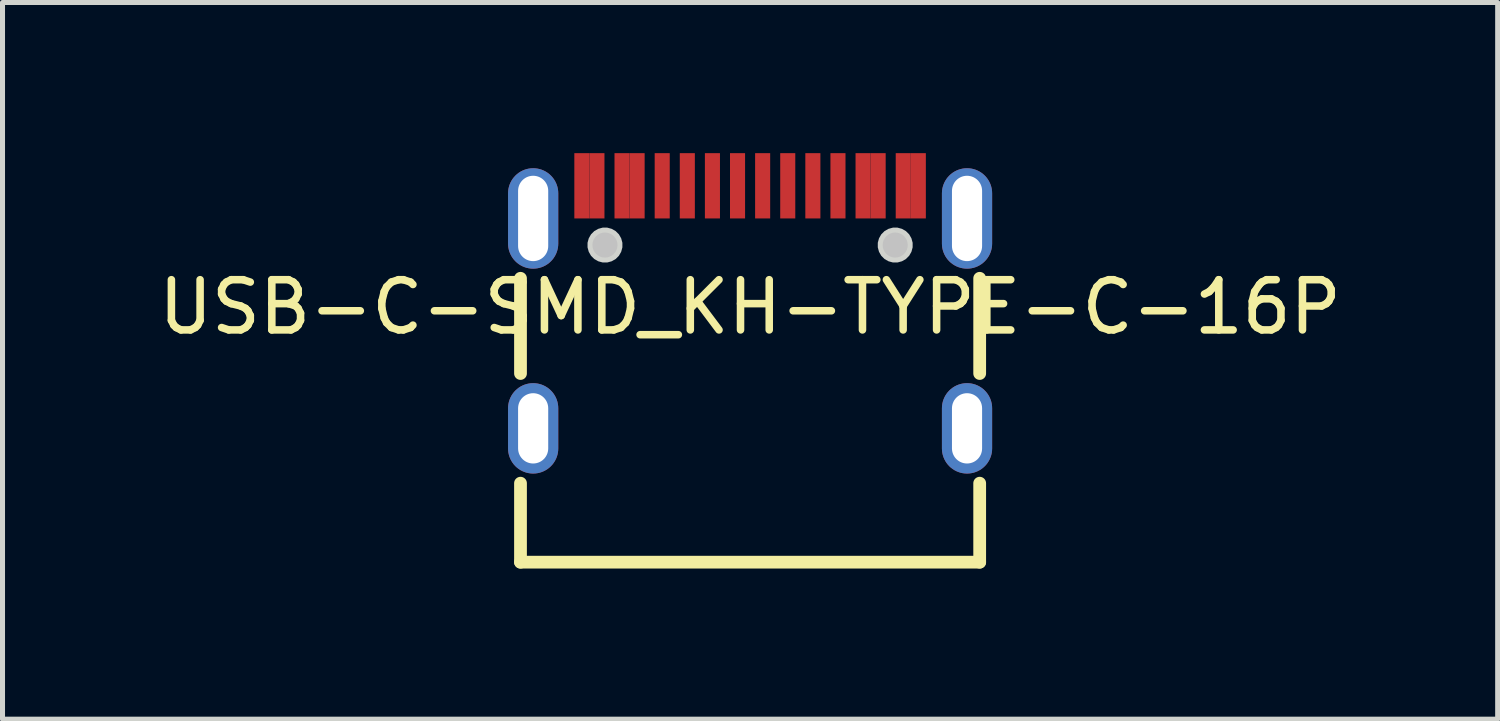
<source format=kicad_pcb>
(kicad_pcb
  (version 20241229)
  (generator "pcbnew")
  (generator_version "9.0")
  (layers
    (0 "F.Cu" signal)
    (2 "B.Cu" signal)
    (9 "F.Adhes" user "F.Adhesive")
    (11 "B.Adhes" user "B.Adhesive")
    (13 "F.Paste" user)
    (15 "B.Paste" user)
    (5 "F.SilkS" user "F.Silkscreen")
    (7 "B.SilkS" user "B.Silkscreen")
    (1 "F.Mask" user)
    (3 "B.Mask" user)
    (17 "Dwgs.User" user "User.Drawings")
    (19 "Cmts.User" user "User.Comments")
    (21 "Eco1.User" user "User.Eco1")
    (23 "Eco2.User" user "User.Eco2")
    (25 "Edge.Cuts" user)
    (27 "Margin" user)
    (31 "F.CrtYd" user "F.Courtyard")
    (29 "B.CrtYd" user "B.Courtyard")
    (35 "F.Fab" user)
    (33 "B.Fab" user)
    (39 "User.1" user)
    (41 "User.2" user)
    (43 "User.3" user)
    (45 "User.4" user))
  (footprint "USB-C-SMD_KH-TYPE-C-16P"
    (layer "F.Cu")
    (at 11.887 3.065)
    (property "Reference" "USB-C-SMD_KH-TYPE-C-16P" (at 0 0 0) (layer "F.SilkS") (effects (font (size 1 1) (thickness 0.15))))
    (fp_line (start -4.572 -0.573) (end -4.572 1.323) (stroke (width 0.254) (type default)) (layer "F.SilkS"))
    (fp_line (start -4.572 3.507) (end -4.572 5.08) (stroke (width 0.254) (type default)) (layer "F.SilkS"))
    (fp_line (start -4.572 5.08) (end 4.572 5.08) (stroke (width 0.254) (type default)) (layer "F.SilkS"))
    (fp_line (start 4.572 1.323) (end 4.572 -0.573) (stroke (width 0.254) (type default)) (layer "F.SilkS"))
    (fp_line (start 4.572 5.08) (end 4.572 3.507) (stroke (width 0.254) (type default)) (layer "F.SilkS"))
    (fp_poly (pts (xy -1.6 -1.765) (xy -1.6 -3.065) (xy -1.9 -3.065) (xy -1.9 -1.765)) (stroke (width 0) (type default)) (fill yes) (layer "F.Paste"))
    (fp_poly (pts (xy -1.4 -3.065) (xy -1.4 -1.765) (xy -1.1 -1.765) (xy -1.1 -3.065)) (stroke (width 0) (type default)) (fill yes) (layer "F.Paste"))
    (fp_poly (pts (xy -0.6 -1.765) (xy -0.6 -3.065) (xy -0.9 -3.065) (xy -0.9 -1.765)) (stroke (width 0) (type default)) (fill yes) (layer "F.Paste"))
    (fp_poly (pts (xy -0.4 -3.065) (xy -0.4 -1.765) (xy -0.1 -1.765) (xy -0.1 -3.065)) (stroke (width 0) (type default)) (fill yes) (layer "F.Paste"))
    (fp_poly (pts (xy 0.4 -1.765) (xy 0.4 -3.065) (xy 0.1 -3.065) (xy 0.1 -1.765)) (stroke (width 0) (type default)) (fill yes) (layer "F.Paste"))
    (fp_poly (pts (xy 0.6 -3.065) (xy 0.6 -1.765) (xy 0.9 -1.765) (xy 0.9 -3.065)) (stroke (width 0) (type default)) (fill yes) (layer "F.Paste"))
    (fp_poly (pts (xy 1.399 -1.765) (xy 1.399 -3.065) (xy 1.099 -3.065) (xy 1.099 -1.765)) (stroke (width 0) (type default)) (fill yes) (layer "F.Paste"))
    (fp_poly (pts (xy 1.9 -1.765) (xy 1.9 -3.065) (xy 1.6 -3.065) (xy 1.6 -1.765)) (stroke (width 0) (type default)) (fill yes) (layer "F.Paste"))
    (fp_poly (pts (xy -3.5 -3.065) (xy -3.5 -1.765) (xy -3.2 -1.765) (xy -2.9 -1.765) (xy -2.9 -3.065) (xy -3.2 -3.065)) (stroke (width 0) (type default)) (fill yes) (layer "F.Paste"))
    (fp_poly (pts (xy -2.1 -1.765) (xy -2.1 -3.065) (xy -2.4 -3.065) (xy -2.7 -3.065) (xy -2.7 -1.765) (xy -2.4 -1.765)) (stroke (width 0) (type default)) (fill yes) (layer "F.Paste"))
    (fp_poly (pts (xy 2.7 -1.765) (xy 2.7 -3.065) (xy 2.4 -3.065) (xy 2.1 -3.065) (xy 2.1 -1.765) (xy 2.4 -1.765)) (stroke (width 0) (type default)) (fill yes) (layer "F.Paste"))
    (fp_poly (pts (xy 3.5 -1.765) (xy 3.5 -3.065) (xy 3.2 -3.065) (xy 2.9 -3.065) (xy 2.9 -1.765) (xy 3.2 -1.765)) (stroke (width 0) (type default)) (fill yes) (layer "F.Paste"))
    (fp_poly (pts (xy -4.282 -2.764) (xy -4.308 -2.765) (xy -4.332 -2.765) (xy -4.357 -2.764) (xy -4.382 -2.761) (xy -4.407 -2.757) (xy -4.431 -2.752) (xy -4.455 -2.747) (xy -4.479 -2.739) (xy -4.503 -2.731) (xy -4.526 -2.721) (xy -4.548 -2.71) (xy -4.57 -2.698) (xy -4.591 -2.685) (xy -4.612 -2.671) (xy -4.632 -2.656) (xy -4.651 -2.64) (xy -4.669 -2.623) (xy -4.686 -2.605) (xy -4.703 -2.587) (xy -4.718 -2.567) (xy -4.733 -2.546) (xy -4.747 -2.526) (xy -4.759 -2.504) (xy -4.771 -2.482) (xy -4.781 -2.459) (xy -4.79 -2.436) (xy -4.798 -2.413) (xy -4.804 -2.389) (xy -4.81 -2.364) (xy -4.814 -2.34) (xy -4.817 -2.315) (xy -4.819 -2.29) (xy -4.82 -2.265) (xy -4.82 -1.265) (xy -4.819 -1.24) (xy -4.817 -1.215) (xy -4.814 -1.19) (xy -4.81 -1.166) (xy -4.804 -1.141) (xy -4.798 -1.117) (xy -4.79 -1.094) (xy -4.781 -1.071) (xy -4.771 -1.048) (xy -4.759 -1.026) (xy -4.747 -1.004) (xy -4.733 -0.984) (xy -4.718 -0.963) (xy -4.703 -0.944) (xy -4.686 -0.925) (xy -4.669 -0.907) (xy -4.651 -0.89) (xy -4.632 -0.874) (xy -4.612 -0.859) (xy -4.591 -0.845) (xy -4.57 -0.832) (xy -4.548 -0.82) (xy -4.526 -0.809) (xy -4.503 -0.799) (xy -4.479 -0.791) (xy -4.455 -0.783) (xy -4.431 -0.777) (xy -4.407 -0.772) (xy -4.382 -0.769) (xy -4.357 -0.766) (xy -4.332 -0.765) (xy -4.308 -0.765) (xy -4.282 -0.766) (xy -4.258 -0.769) (xy -4.233 -0.772) (xy -4.209 -0.777) (xy -4.184 -0.783) (xy -4.161 -0.791) (xy -4.138 -0.799) (xy -4.114 -0.809) (xy -4.092 -0.82) (xy -4.07 -0.832) (xy -4.049 -0.845) (xy -4.028 -0.859) (xy -4.008 -0.874) (xy -3.989 -0.89) (xy -3.971 -0.907) (xy -3.954 -0.925) (xy -3.937 -0.944) (xy -3.921 -0.963) (xy -3.907 -0.984) (xy -3.893 -1.004) (xy -3.881 -1.026) (xy -3.869 -1.048) (xy -3.86 -1.071) (xy -3.85 -1.094) (xy -3.842 -1.117) (xy -3.836 -1.141) (xy -3.83 -1.166) (xy -3.825 -1.19) (xy -3.822 -1.215) (xy -3.821 -1.24) (xy -3.82 -1.265) (xy -3.82 -2.265) (xy -3.821 -2.29) (xy -3.822 -2.315) (xy -3.825 -2.34) (xy -3.83 -2.364) (xy -3.836 -2.389) (xy -3.842 -2.413) (xy -3.85 -2.436) (xy -3.86 -2.459) (xy -3.869 -2.482) (xy -3.881 -2.504) (xy -3.893 -2.526) (xy -3.907 -2.546) (xy -3.921 -2.567) (xy -3.937 -2.587) (xy -3.954 -2.605) (xy -3.971 -2.623) (xy -3.989 -2.64) (xy -4.008 -2.656) (xy -4.028 -2.671) (xy -4.049 -2.685) (xy -4.07 -2.698) (xy -4.092 -2.71) (xy -4.114 -2.721) (xy -4.138 -2.731) (xy -4.161 -2.739) (xy -4.184 -2.747) (xy -4.209 -2.752) (xy -4.233 -2.757) (xy -4.258 -2.761)) (stroke (width 0) (type default)) (fill yes) (layer "F.Paste"))
    (fp_poly (pts (xy -4.282 1.516) (xy -4.308 1.515) (xy -4.332 1.515) (xy -4.357 1.516) (xy -4.382 1.519) (xy -4.407 1.522) (xy -4.431 1.528) (xy -4.455 1.534) (xy -4.479 1.541) (xy -4.503 1.55) (xy -4.526 1.56) (xy -4.548 1.57) (xy -4.57 1.582) (xy -4.591 1.595) (xy -4.612 1.609) (xy -4.632 1.624) (xy -4.651 1.64) (xy -4.669 1.657) (xy -4.686 1.675) (xy -4.703 1.694) (xy -4.718 1.713) (xy -4.733 1.734) (xy -4.747 1.754) (xy -4.759 1.776) (xy -4.771 1.798) (xy -4.781 1.821) (xy -4.79 1.844) (xy -4.798 1.867) (xy -4.804 1.891) (xy -4.81 1.916) (xy -4.814 1.94) (xy -4.817 1.966) (xy -4.819 1.99) (xy -4.82 2.015) (xy -4.82 2.815) (xy -4.819 2.84) (xy -4.817 2.865) (xy -4.814 2.889) (xy -4.81 2.914) (xy -4.804 2.938) (xy -4.798 2.962) (xy -4.79 2.986) (xy -4.781 3.01) (xy -4.771 3.032) (xy -4.759 3.054) (xy -4.747 3.076) (xy -4.733 3.096) (xy -4.718 3.117) (xy -4.703 3.136) (xy -4.686 3.155) (xy -4.669 3.173) (xy -4.651 3.19) (xy -4.632 3.206) (xy -4.612 3.221) (xy -4.591 3.235) (xy -4.57 3.248) (xy -4.548 3.26) (xy -4.526 3.271) (xy -4.503 3.28) (xy -4.479 3.289) (xy -4.455 3.296) (xy -4.431 3.303) (xy -4.407 3.308) (xy -4.382 3.311) (xy -4.357 3.313) (xy -4.332 3.315) (xy -4.308 3.315) (xy -4.282 3.313) (xy -4.258 3.311) (xy -4.233 3.308) (xy -4.209 3.303) (xy -4.184 3.296) (xy -4.161 3.289) (xy -4.138 3.28) (xy -4.114 3.271) (xy -4.092 3.26) (xy -4.07 3.248) (xy -4.049 3.235) (xy -4.028 3.221) (xy -4.008 3.206) (xy -3.989 3.19) (xy -3.971 3.173) (xy -3.954 3.155) (xy -3.937 3.136) (xy -3.921 3.117) (xy -3.907 3.096) (xy -3.893 3.076) (xy -3.881 3.054) (xy -3.869 3.032) (xy -3.86 3.01) (xy -3.85 2.986) (xy -3.842 2.962) (xy -3.836 2.938) (xy -3.83 2.914) (xy -3.825 2.889) (xy -3.822 2.865) (xy -3.821 2.84) (xy -3.82 2.815) (xy -3.82 2.015) (xy -3.821 1.99) (xy -3.822 1.966) (xy -3.825 1.94) (xy -3.83 1.916) (xy -3.836 1.891) (xy -3.842 1.867) (xy -3.85 1.844) (xy -3.86 1.821) (xy -3.869 1.798) (xy -3.881 1.776) (xy -3.893 1.754) (xy -3.907 1.734) (xy -3.921 1.713) (xy -3.937 1.694) (xy -3.954 1.675) (xy -3.971 1.657) (xy -3.989 1.64) (xy -4.008 1.624) (xy -4.028 1.609) (xy -4.049 1.595) (xy -4.07 1.582) (xy -4.092 1.57) (xy -4.114 1.56) (xy -4.138 1.55) (xy -4.161 1.541) (xy -4.184 1.534) (xy -4.209 1.528) (xy -4.233 1.522) (xy -4.258 1.519)) (stroke (width 0) (type default)) (fill yes) (layer "F.Paste"))
    (fp_poly (pts (xy 4.357 -2.764) (xy 4.332 -2.765) (xy 4.308 -2.765) (xy 4.282 -2.764) (xy 4.258 -2.761) (xy 4.233 -2.757) (xy 4.209 -2.752) (xy 4.184 -2.747) (xy 4.161 -2.739) (xy 4.138 -2.731) (xy 4.114 -2.721) (xy 4.092 -2.71) (xy 4.07 -2.698) (xy 4.049 -2.685) (xy 4.028 -2.671) (xy 4.008 -2.656) (xy 3.989 -2.64) (xy 3.971 -2.623) (xy 3.954 -2.605) (xy 3.937 -2.587) (xy 3.921 -2.567) (xy 3.907 -2.546) (xy 3.893 -2.526) (xy 3.881 -2.504) (xy 3.869 -2.482) (xy 3.86 -2.459) (xy 3.85 -2.436) (xy 3.842 -2.413) (xy 3.836 -2.389) (xy 3.83 -2.364) (xy 3.825 -2.34) (xy 3.822 -2.315) (xy 3.821 -2.29) (xy 3.82 -2.265) (xy 3.82 -1.265) (xy 3.821 -1.24) (xy 3.822 -1.215) (xy 3.825 -1.19) (xy 3.83 -1.166) (xy 3.836 -1.141) (xy 3.842 -1.117) (xy 3.85 -1.094) (xy 3.86 -1.071) (xy 3.869 -1.048) (xy 3.881 -1.026) (xy 3.893 -1.004) (xy 3.907 -0.984) (xy 3.921 -0.963) (xy 3.937 -0.944) (xy 3.954 -0.925) (xy 3.971 -0.907) (xy 3.989 -0.89) (xy 4.008 -0.874) (xy 4.028 -0.859) (xy 4.049 -0.845) (xy 4.07 -0.832) (xy 4.092 -0.82) (xy 4.114 -0.809) (xy 4.138 -0.799) (xy 4.161 -0.791) (xy 4.184 -0.783) (xy 4.209 -0.777) (xy 4.233 -0.772) (xy 4.258 -0.769) (xy 4.282 -0.766) (xy 4.308 -0.765) (xy 4.332 -0.765) (xy 4.357 -0.766) (xy 4.382 -0.769) (xy 4.407 -0.772) (xy 4.431 -0.777) (xy 4.455 -0.783) (xy 4.479 -0.791) (xy 4.503 -0.799) (xy 4.526 -0.809) (xy 4.548 -0.82) (xy 4.57 -0.832) (xy 4.591 -0.845) (xy 4.612 -0.859) (xy 4.632 -0.874) (xy 4.651 -0.89) (xy 4.669 -0.907) (xy 4.686 -0.925) (xy 4.703 -0.944) (xy 4.718 -0.963) (xy 4.733 -0.984) (xy 4.747 -1.004) (xy 4.759 -1.026) (xy 4.771 -1.048) (xy 4.781 -1.071) (xy 4.79 -1.094) (xy 4.798 -1.117) (xy 4.804 -1.141) (xy 4.81 -1.166) (xy 4.814 -1.19) (xy 4.817 -1.215) (xy 4.819 -1.24) (xy 4.82 -1.265) (xy 4.82 -2.265) (xy 4.819 -2.29) (xy 4.817 -2.315) (xy 4.814 -2.34) (xy 4.81 -2.364) (xy 4.804 -2.389) (xy 4.798 -2.413) (xy 4.79 -2.436) (xy 4.781 -2.459) (xy 4.771 -2.482) (xy 4.759 -2.504) (xy 4.747 -2.526) (xy 4.733 -2.546) (xy 4.718 -2.567) (xy 4.703 -2.587) (xy 4.686 -2.605) (xy 4.669 -2.623) (xy 4.651 -2.64) (xy 4.632 -2.656) (xy 4.612 -2.671) (xy 4.591 -2.685) (xy 4.57 -2.698) (xy 4.548 -2.71) (xy 4.526 -2.721) (xy 4.503 -2.731) (xy 4.479 -2.739) (xy 4.455 -2.747) (xy 4.431 -2.752) (xy 4.407 -2.757) (xy 4.382 -2.761)) (stroke (width 0) (type default)) (fill yes) (layer "F.Paste"))
    (fp_poly (pts (xy 4.357 1.516) (xy 4.332 1.515) (xy 4.308 1.515) (xy 4.282 1.516) (xy 4.258 1.519) (xy 4.233 1.522) (xy 4.209 1.528) (xy 4.184 1.534) (xy 4.161 1.541) (xy 4.138 1.55) (xy 4.114 1.56) (xy 4.092 1.57) (xy 4.07 1.582) (xy 4.049 1.595) (xy 4.028 1.609) (xy 4.008 1.624) (xy 3.989 1.64) (xy 3.971 1.657) (xy 3.954 1.675) (xy 3.937 1.694) (xy 3.921 1.713) (xy 3.907 1.734) (xy 3.893 1.754) (xy 3.881 1.776) (xy 3.869 1.798) (xy 3.86 1.821) (xy 3.85 1.844) (xy 3.842 1.867) (xy 3.836 1.891) (xy 3.83 1.916) (xy 3.825 1.94) (xy 3.822 1.966) (xy 3.821 1.99) (xy 3.82 2.015) (xy 3.82 2.815) (xy 3.821 2.84) (xy 3.822 2.865) (xy 3.825 2.889) (xy 3.83 2.914) (xy 3.836 2.938) (xy 3.842 2.962) (xy 3.85 2.986) (xy 3.86 3.01) (xy 3.869 3.032) (xy 3.881 3.054) (xy 3.893 3.076) (xy 3.907 3.096) (xy 3.921 3.117) (xy 3.937 3.136) (xy 3.954 3.155) (xy 3.971 3.173) (xy 3.989 3.19) (xy 4.008 3.206) (xy 4.028 3.221) (xy 4.049 3.235) (xy 4.07 3.248) (xy 4.092 3.26) (xy 4.114 3.271) (xy 4.138 3.28) (xy 4.161 3.289) (xy 4.184 3.296) (xy 4.209 3.303) (xy 4.233 3.308) (xy 4.258 3.311) (xy 4.282 3.313) (xy 4.308 3.315) (xy 4.332 3.315) (xy 4.357 3.313) (xy 4.382 3.311) (xy 4.407 3.308) (xy 4.431 3.303) (xy 4.455 3.296) (xy 4.479 3.289) (xy 4.503 3.28) (xy 4.526 3.271) (xy 4.548 3.26) (xy 4.57 3.248) (xy 4.591 3.235) (xy 4.612 3.221) (xy 4.632 3.206) (xy 4.651 3.19) (xy 4.669 3.173) (xy 4.686 3.155) (xy 4.703 3.136) (xy 4.718 3.117) (xy 4.733 3.096) (xy 4.747 3.076) (xy 4.759 3.054) (xy 4.771 3.032) (xy 4.781 3.01) (xy 4.79 2.986) (xy 4.798 2.962) (xy 4.804 2.938) (xy 4.81 2.914) (xy 4.814 2.889) (xy 4.817 2.865) (xy 4.819 2.84) (xy 4.82 2.815) (xy 4.82 2.015) (xy 4.819 1.99) (xy 4.817 1.966) (xy 4.814 1.94) (xy 4.81 1.916) (xy 4.804 1.891) (xy 4.798 1.867) (xy 4.79 1.844) (xy 4.781 1.821) (xy 4.771 1.798) (xy 4.759 1.776) (xy 4.747 1.754) (xy 4.733 1.734) (xy 4.718 1.713) (xy 4.703 1.694) (xy 4.686 1.675) (xy 4.669 1.657) (xy 4.651 1.64) (xy 4.632 1.624) (xy 4.612 1.609) (xy 4.591 1.595) (xy 4.57 1.582) (xy 4.548 1.57) (xy 4.526 1.56) (xy 4.503 1.55) (xy 4.479 1.541) (xy 4.455 1.534) (xy 4.431 1.528) (xy 4.407 1.522) (xy 4.382 1.519)) (stroke (width 0) (type default)) (fill yes) (layer "F.Paste"))
    (fp_circle (center -2.89 -1.235) (end -2.765 -1.235) (stroke (width 0.25) (type default)) (fill no) (layer "Dwgs.User"))
    (fp_circle (center 2.89 -1.235) (end 3.015 -1.235) (stroke (width 0.25) (type default)) (fill no) (layer "Dwgs.User"))
    (fp_poly (pts (xy -2.543 -1.281) (xy -2.567 -1.369) (xy -2.612 -1.448) (xy -2.677 -1.513) (xy -2.756 -1.558) (xy -2.844 -1.582) (xy -2.936 -1.582) (xy -3.024 -1.558) (xy -3.103 -1.513) (xy -3.168 -1.448) (xy -3.213 -1.369) (xy -3.237 -1.281) (xy -3.237 -1.189) (xy -3.213 -1.101) (xy -3.168 -1.022) (xy -3.103 -0.957) (xy -3.024 -0.912) (xy -2.936 -0.888) (xy -2.844 -0.888) (xy -2.756 -0.912) (xy -2.677 -0.957) (xy -2.612 -1.022) (xy -2.567 -1.101) (xy -2.543 -1.189)) (stroke (width 0) (type default)) (fill yes) (layer "Edge.Cuts"))
    (fp_poly (pts (xy 3.237 -1.281) (xy 3.213 -1.369) (xy 3.168 -1.448) (xy 3.103 -1.513) (xy 3.024 -1.558) (xy 2.936 -1.582) (xy 2.844 -1.582) (xy 2.756 -1.558) (xy 2.677 -1.513) (xy 2.612 -1.448) (xy 2.567 -1.369) (xy 2.543 -1.281) (xy 2.543 -1.189) (xy 2.567 -1.101) (xy 2.612 -1.022) (xy 2.677 -0.957) (xy 2.756 -0.912) (xy 2.844 -0.888) (xy 2.936 -0.888) (xy 3.024 -0.912) (xy 3.103 -0.957) (xy 3.168 -1.022) (xy 3.213 -1.101) (xy 3.237 -1.189)) (stroke (width 0) (type default)) (fill yes) (layer "Edge.Cuts"))
    (fp_poly (pts (xy -4.47 -2.315) (xy -4.17 -2.315) (xy -4.17 -1.215) (xy -4.47 -1.215)) (stroke (width 0.1) (type default)) (fill no) (layer "User.1"))
    (fp_poly (pts (xy -4.47 2.015) (xy -4.17 2.015) (xy -4.17 2.815) (xy -4.47 2.815)) (stroke (width 0.1) (type default)) (fill no) (layer "User.1"))
    (fp_poly (pts (xy -3.4 -2.76) (xy -3.2 -2.76) (xy -3.2 -1.76) (xy -3.4 -1.76)) (stroke (width 0.1) (type default)) (fill no) (layer "User.1"))
    (fp_poly (pts (xy -3.2 -2.76) (xy -3 -2.76) (xy -3 -1.76) (xy -3.2 -1.76)) (stroke (width 0.1) (type default)) (fill no) (layer "User.1"))
    (fp_poly (pts (xy -2.6 -2.76) (xy -2.4 -2.76) (xy -2.4 -1.76) (xy -2.6 -1.76)) (stroke (width 0.1) (type default)) (fill no) (layer "User.1"))
    (fp_poly (pts (xy -2.4 -2.76) (xy -2.2 -2.76) (xy -2.2 -1.76) (xy -2.4 -1.76)) (stroke (width 0.1) (type default)) (fill no) (layer "User.1"))
    (fp_poly (pts (xy -1.85 -2.76) (xy -1.65 -2.76) (xy -1.65 -1.76) (xy -1.85 -1.76)) (stroke (width 0.1) (type default)) (fill no) (layer "User.1"))
    (fp_poly (pts (xy -1.35 -2.76) (xy -1.15 -2.76) (xy -1.15 -1.76) (xy -1.35 -1.76)) (stroke (width 0.1) (type default)) (fill no) (layer "User.1"))
    (fp_poly (pts (xy -0.85 -2.76) (xy -0.65 -2.76) (xy -0.65 -1.76) (xy -0.85 -1.76)) (stroke (width 0.1) (type default)) (fill no) (layer "User.1"))
    (fp_poly (pts (xy -0.35 -2.76) (xy -0.15 -2.76) (xy -0.15 -1.76) (xy -0.35 -1.76)) (stroke (width 0.1) (type default)) (fill no) (layer "User.1"))
    (fp_poly (pts (xy 0.15 -2.76) (xy 0.35 -2.76) (xy 0.35 -1.76) (xy 0.15 -1.76)) (stroke (width 0.1) (type default)) (fill no) (layer "User.1"))
    (fp_poly (pts (xy 0.65 -2.76) (xy 0.85 -2.76) (xy 0.85 -1.76) (xy 0.65 -1.76)) (stroke (width 0.1) (type default)) (fill no) (layer "User.1"))
    (fp_poly (pts (xy 1.149 -2.76) (xy 1.349 -2.76) (xy 1.349 -1.76) (xy 1.149 -1.76)) (stroke (width 0.1) (type default)) (fill no) (layer "User.1"))
    (fp_poly (pts (xy 1.65 -2.76) (xy 1.85 -2.76) (xy 1.85 -1.76) (xy 1.65 -1.76)) (stroke (width 0.1) (type default)) (fill no) (layer "User.1"))
    (fp_poly (pts (xy 2.2 -2.76) (xy 2.4 -2.76) (xy 2.4 -1.76) (xy 2.2 -1.76)) (stroke (width 0.1) (type default)) (fill no) (layer "User.1"))
    (fp_poly (pts (xy 2.4 -2.76) (xy 2.6 -2.76) (xy 2.6 -1.76) (xy 2.4 -1.76)) (stroke (width 0.1) (type default)) (fill no) (layer "User.1"))
    (fp_poly (pts (xy 3 -2.76) (xy 3.2 -2.76) (xy 3.2 -1.76) (xy 3 -1.76)) (stroke (width 0.1) (type default)) (fill no) (layer "User.1"))
    (fp_poly (pts (xy 3.2 -2.76) (xy 3.4 -2.76) (xy 3.4 -1.76) (xy 3.2 -1.76)) (stroke (width 0.1) (type default)) (fill no) (layer "User.1"))
    (fp_poly (pts (xy 4.17 -2.315) (xy 4.47 -2.315) (xy 4.47 -1.215) (xy 4.17 -1.215)) (stroke (width 0.1) (type default)) (fill no) (layer "User.1"))
    (fp_poly (pts (xy 4.17 2.015) (xy 4.47 2.015) (xy 4.47 2.815) (xy 4.17 2.815)) (stroke (width 0.1) (type default)) (fill no) (layer "User.1"))
    (fp_line (start -4.47 -2.47) (end 4.47 -2.47) (stroke (width 0.051) (type default)) (layer "User.2"))
    (fp_line (start -4.47 5.08) (end -4.47 -2.47) (stroke (width 0.051) (type default)) (layer "User.2"))
    (fp_line (start 4.47 -2.47) (end 4.47 5.08) (stroke (width 0.051) (type default)) (layer "User.2"))
    (fp_line (start 4.47 5.08) (end -4.47 5.08) (stroke (width 0.051) (type default)) (layer "User.2"))
    (fp_poly (pts (xy -4.415 -2.782) (xy -4.447 -2.815) (xy -4.493 -2.815) (xy -4.525 -2.782) (xy -4.525 -2.737) (xy -4.493 -2.704) (xy -4.447 -2.704) (xy -4.415 -2.737)) (stroke (width 0.1) (type default)) (fill no) (layer "User.3"))
    (pad "1" thru_hole oval (at -4.32 -1.765) (size 1 2) (drill oval 0.6 1.7) (layers "*.Cu" "*.Mask"))
    (pad "2" thru_hole oval (at 4.32 -1.765) (size 1 2) (drill oval 0.6 1.7) (layers "*.Cu" "*.Mask"))
    (pad "3" thru_hole oval (at -4.32 2.415) (size 1 1.8) (drill oval 0.6 1.4) (layers "*.Cu" "*.Mask"))
    (pad "4" thru_hole oval (at 4.32 2.415) (size 1 1.8) (drill oval 0.6 1.4) (layers "*.Cu" "*.Mask"))
    (pad "A1" smd rect (at -3.35 -2.415) (size 0.3 1.3) (layers "F.Cu" "F.Mask" "F.Paste"))
    (pad "A4" smd rect (at -2.55 -2.415) (size 0.3 1.3) (layers "F.Cu" "F.Mask" "F.Paste"))
    (pad "A5" smd rect (at -1.25 -2.415) (size 0.3 1.3) (layers "F.Cu" "F.Mask" "F.Paste"))
    (pad "A6" smd rect (at -0.25 -2.415) (size 0.3 1.3) (layers "F.Cu" "F.Mask" "F.Paste"))
    (pad "A7" smd rect (at 0.25 -2.415) (size 0.3 1.3) (layers "F.Cu" "F.Mask" "F.Paste"))
    (pad "A8" smd rect (at 1.25 -2.415) (size 0.3 1.3) (layers "F.Cu" "F.Mask" "F.Paste"))
    (pad "A9" smd rect (at 2.55 -2.415 180) (size 0.3 1.3) (layers "F.Cu" "F.Mask" "F.Paste"))
    (pad "A12" smd rect (at 3.35 -2.415) (size 0.3 1.3) (layers "F.Cu" "F.Mask" "F.Paste"))
    (pad "B1" smd rect (at 3.05 -2.415) (size 0.3 1.3) (layers "F.Cu" "F.Mask" "F.Paste"))
    (pad "B4" smd rect (at 2.25 -2.415 180) (size 0.3 1.3) (layers "F.Cu" "F.Mask" "F.Paste"))
    (pad "B5" smd rect (at 1.75 -2.415) (size 0.3 1.3) (layers "F.Cu" "F.Mask" "F.Paste"))
    (pad "B6" smd rect (at 0.75 -2.415) (size 0.3 1.3) (layers "F.Cu" "F.Mask" "F.Paste"))
    (pad "B7" smd rect (at -0.75 -2.415) (size 0.3 1.3) (layers "F.Cu" "F.Mask" "F.Paste"))
    (pad "B8" smd rect (at -1.75 -2.415) (size 0.3 1.3) (layers "F.Cu" "F.Mask" "F.Paste"))
    (pad "B9" smd rect (at -2.25 -2.415) (size 0.3 1.3) (layers "F.Cu" "F.Mask" "F.Paste"))
    (pad "B12" smd rect (at -3.05 -2.415) (size 0.3 1.3) (layers "F.Cu" "F.Mask" "F.Paste")))
  (gr_rect
    (start -3 -3)
    (end 26.774 11.272)
    (stroke (width 0.1) (type default))
    (fill no)
    (layer "Edge.Cuts")))
</source>
